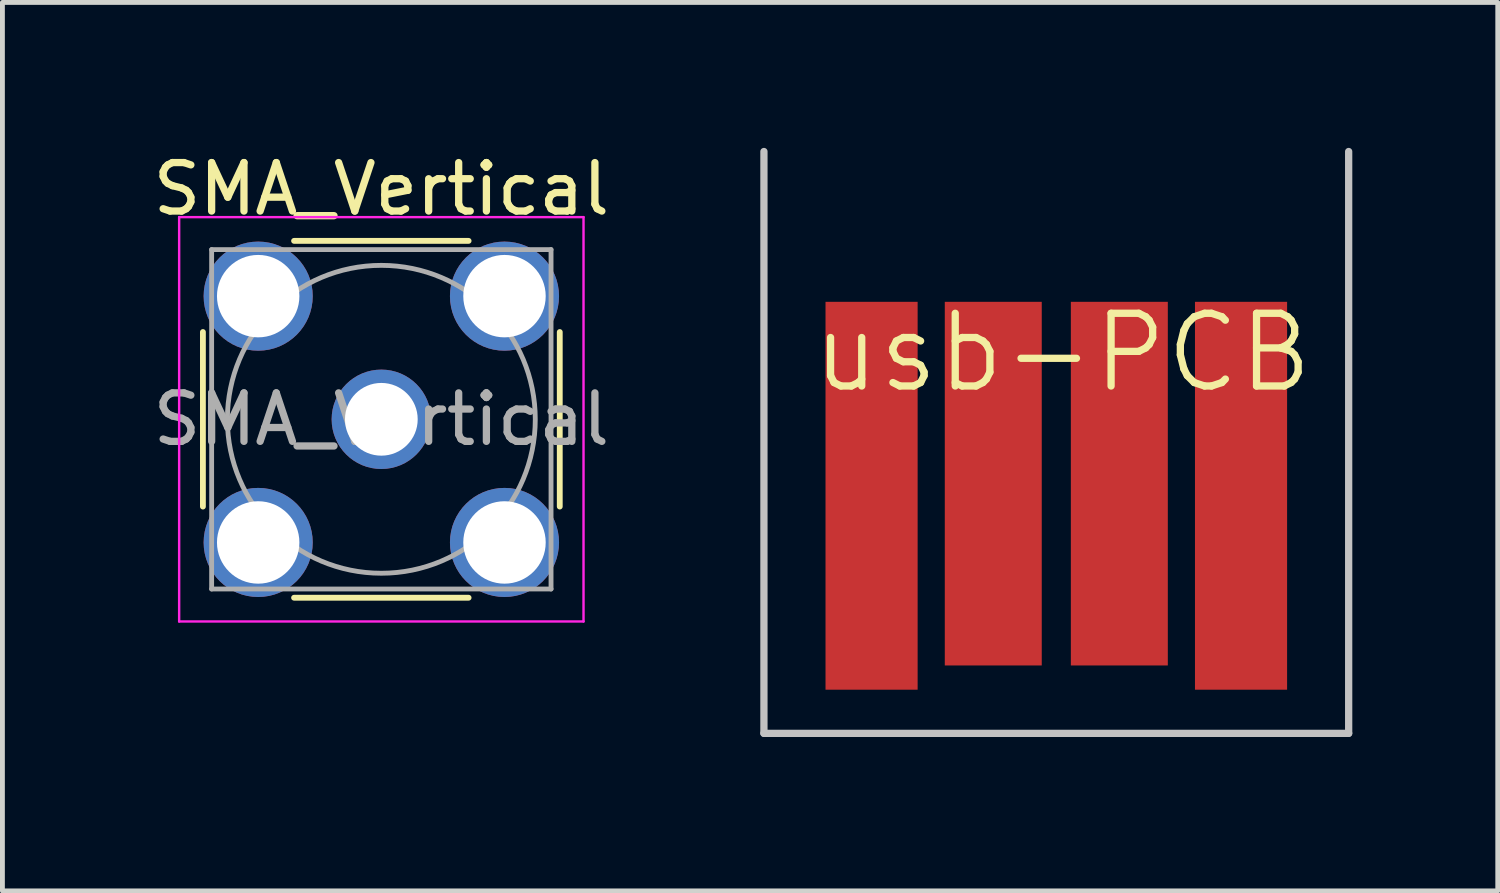
<source format=kicad_pcb>
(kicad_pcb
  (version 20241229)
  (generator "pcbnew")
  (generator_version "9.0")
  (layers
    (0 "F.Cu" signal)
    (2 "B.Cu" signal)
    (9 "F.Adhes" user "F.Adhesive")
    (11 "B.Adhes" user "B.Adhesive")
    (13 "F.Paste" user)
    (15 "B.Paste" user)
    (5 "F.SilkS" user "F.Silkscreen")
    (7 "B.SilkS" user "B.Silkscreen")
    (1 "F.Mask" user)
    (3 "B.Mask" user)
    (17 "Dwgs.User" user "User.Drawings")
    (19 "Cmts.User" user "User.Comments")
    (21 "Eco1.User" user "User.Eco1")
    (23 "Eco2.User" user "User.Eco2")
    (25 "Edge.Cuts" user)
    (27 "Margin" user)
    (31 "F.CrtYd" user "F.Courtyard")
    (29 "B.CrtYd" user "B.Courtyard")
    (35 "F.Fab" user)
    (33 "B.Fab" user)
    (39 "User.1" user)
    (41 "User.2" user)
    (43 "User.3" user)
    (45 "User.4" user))
  (footprint "usb-PCB"
    (layer "F.Cu")
    (at 18.736 12.075)
    (property "Reference" "usb-PCB" (at 0.13 -7.85 0) (layer "F.SilkS") (effects (font (size 1.5 1.5) (thickness 0.15))))
    (attr exclude_from_pos_files exclude_from_bom)
    (fp_line (start -6.03 0) (end -6.03 -12) (stroke (width 0.15) (type solid)) (layer "Dwgs.User"))
    (fp_line (start 6.03 0) (end -6.03 0) (stroke (width 0.15) (type solid)) (layer "Dwgs.User"))
    (fp_line (start 6.03 0) (end 6.03 -12) (stroke (width 0.15) (type solid)) (layer "Dwgs.User"))
    (pad "1" connect rect (at 3.81 -4.9) (size 1.9 8) (layers "F.Cu" "F.Mask"))
    (pad "2" connect rect (at 1.3 -5.15) (size 2 7.5) (layers "F.Cu" "F.Mask"))
    (pad "3" connect rect (at -1.3 -5.15) (size 2 7.5) (layers "F.Cu" "F.Mask"))
    (pad "4" connect rect (at -3.81 -4.9) (size 1.9 8) (layers "F.Cu" "F.Mask")))
  (footprint "SMA_Vertical"
    (layer "F.Cu")
    (at 4.815 5.598)
    (property "Reference" "SMA_Vertical" (at 0 -4.75 0) (layer "F.SilkS") (effects (font (size 1 1) (thickness 0.15))))
    (attr through_hole)
    (fp_line (start -3.68 -1.8) (end -3.68 1.8) (stroke (width 0.12) (type solid)) (layer "F.SilkS"))
    (fp_line (start -1.8 -3.68) (end 1.8 -3.68) (stroke (width 0.12) (type solid)) (layer "F.SilkS"))
    (fp_line (start -1.8 3.68) (end 1.8 3.68) (stroke (width 0.12) (type solid)) (layer "F.SilkS"))
    (fp_line (start 3.68 -1.8) (end 3.68 1.8) (stroke (width 0.12) (type solid)) (layer "F.SilkS"))
    (fp_line (start -4.17 -4.17) (end -4.17 4.17) (stroke (width 0.05) (type solid)) (layer "F.CrtYd"))
    (fp_line (start -4.17 -4.17) (end 4.17 -4.17) (stroke (width 0.05) (type solid)) (layer "F.CrtYd"))
    (fp_line (start 4.17 4.17) (end -4.17 4.17) (stroke (width 0.05) (type solid)) (layer "F.CrtYd"))
    (fp_line (start 4.17 4.17) (end 4.17 -4.17) (stroke (width 0.05) (type solid)) (layer "F.CrtYd"))
    (fp_line (start -3.5 -3.5) (end -3.5 3.5) (stroke (width 0.1) (type solid)) (layer "F.Fab"))
    (fp_line (start -3.5 -3.5) (end 3.5 -3.5) (stroke (width 0.1) (type solid)) (layer "F.Fab"))
    (fp_line (start -3.5 3.5) (end 3.5 3.5) (stroke (width 0.1) (type solid)) (layer "F.Fab"))
    (fp_line (start 3.5 -3.5) (end 3.5 3.5) (stroke (width 0.1) (type solid)) (layer "F.Fab"))
    (fp_circle (center 0 0) (end 3.175 0) (stroke (width 0.1) (type solid)) (fill no) (layer "F.Fab"))
    (fp_text user "${REFERENCE}" (at 0 0 0) (layer "F.Fab") (effects (font (size 1 1) (thickness 0.15))))
    (pad "1" thru_hole circle (at 0 0) (size 2.05 2.05) (drill 1.5) (layers "*.Cu" "*.Mask"))
    (pad "2" thru_hole circle (at -2.54 -2.54) (size 2.25 2.25) (drill 1.7) (layers "*.Cu" "*.Mask"))
    (pad "2" thru_hole circle (at -2.54 2.54) (size 2.25 2.25) (drill 1.7) (layers "*.Cu" "*.Mask"))
    (pad "2" thru_hole circle (at 2.54 -2.54) (size 2.25 2.25) (drill 1.7) (layers "*.Cu" "*.Mask"))
    (pad "2" thru_hole circle (at 2.54 2.54) (size 2.25 2.25) (drill 1.7) (layers "*.Cu" "*.Mask")))
  (gr_rect
    (start -3 -3)
    (end 27.841 15.325)
    (stroke (width 0.1) (type default))
    (fill no)
    (layer "Edge.Cuts")))
</source>
